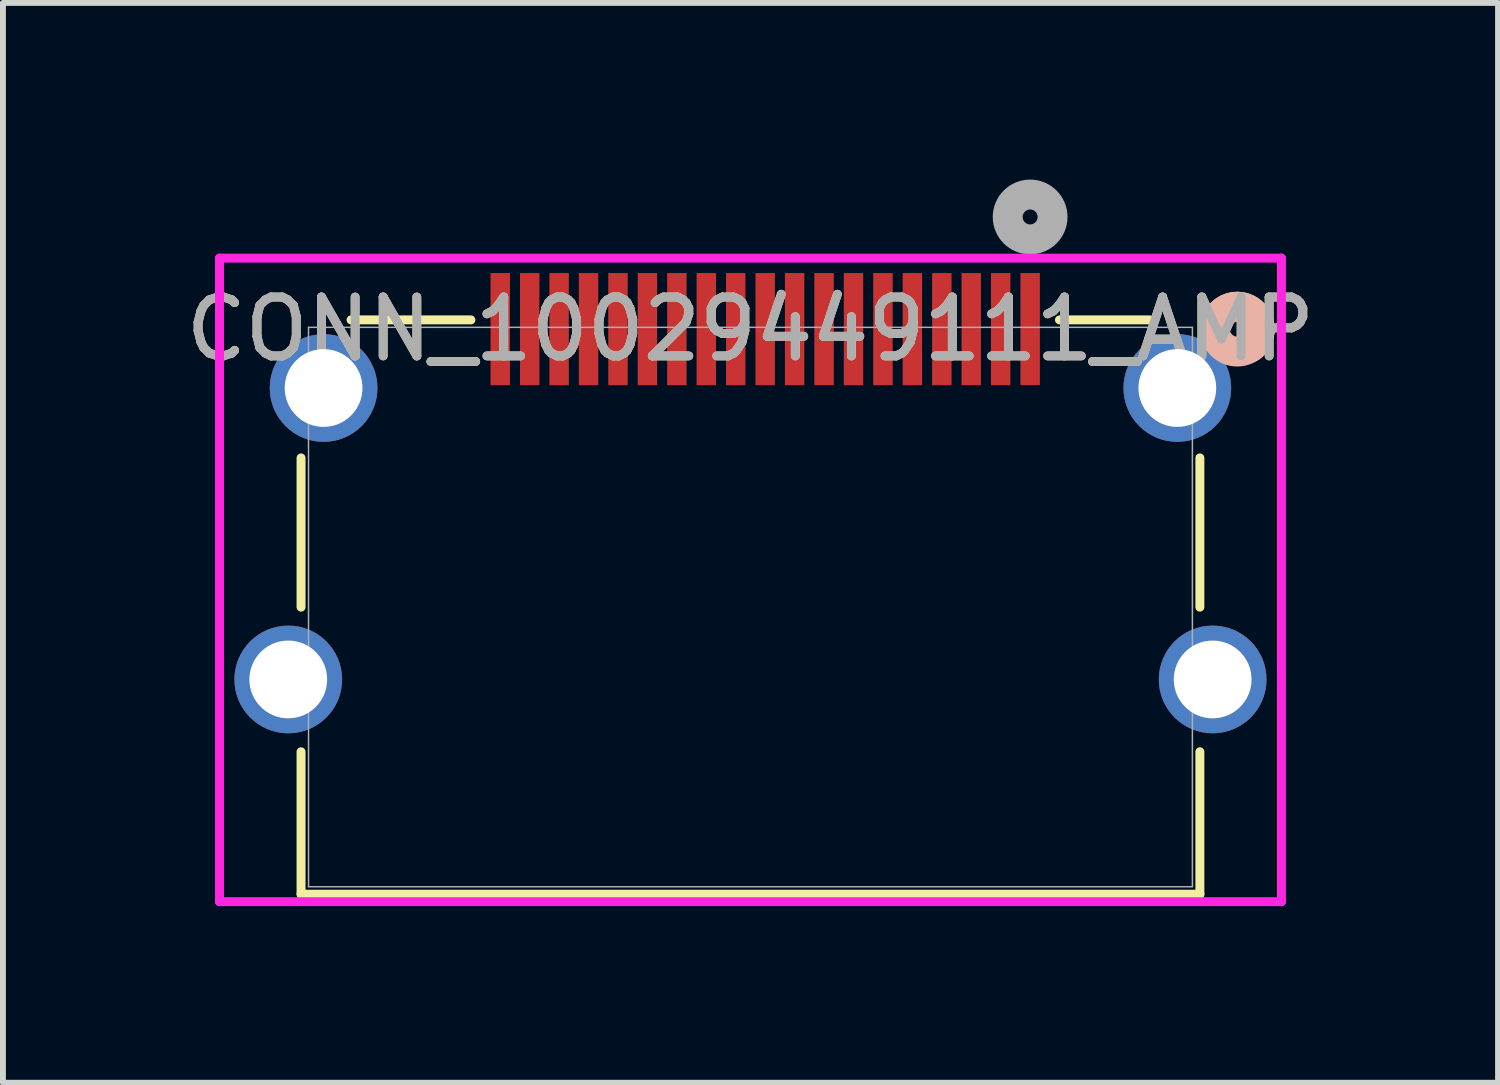
<source format=kicad_pcb>
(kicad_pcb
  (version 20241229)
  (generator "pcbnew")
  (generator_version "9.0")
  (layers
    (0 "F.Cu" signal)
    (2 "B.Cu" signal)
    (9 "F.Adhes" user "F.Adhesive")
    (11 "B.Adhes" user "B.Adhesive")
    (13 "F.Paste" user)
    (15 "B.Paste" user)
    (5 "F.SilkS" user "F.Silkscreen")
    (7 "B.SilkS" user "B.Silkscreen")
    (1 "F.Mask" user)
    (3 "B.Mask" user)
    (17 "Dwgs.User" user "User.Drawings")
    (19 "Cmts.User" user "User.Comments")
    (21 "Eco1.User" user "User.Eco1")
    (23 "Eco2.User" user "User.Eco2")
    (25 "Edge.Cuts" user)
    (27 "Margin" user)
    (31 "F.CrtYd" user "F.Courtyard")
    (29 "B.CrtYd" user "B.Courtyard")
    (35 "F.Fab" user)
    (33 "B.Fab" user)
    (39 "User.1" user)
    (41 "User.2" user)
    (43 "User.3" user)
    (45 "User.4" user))
  (footprint "CONN_10029449111_AMP"
    (layer "F.Cu")
    (at 9.696 7.26)
    (property "Reference" "CONN_10029449111_AMP" (at 0 -4.72 0) (unlocked yes) (layer "F.SilkS") (effects (font (size 1 1) (thickness 0.15))))
    (attr smd)
    (fp_line (start -7.633 -2.533) (end -7.633 0.002) (stroke (width 0.152) (type solid)) (layer "F.SilkS"))
    (fp_line (start -7.633 2.458) (end -7.633 4.877) (stroke (width 0.152) (type solid)) (layer "F.SilkS"))
    (fp_line (start -7.633 4.877) (end 7.633 4.877) (stroke (width 0.152) (type solid)) (layer "F.SilkS"))
    (fp_line (start -4.748 -4.877) (end -6.784 -4.877) (stroke (width 0.152) (type solid)) (layer "F.SilkS"))
    (fp_line (start 6.784 -4.877) (end 5.248 -4.877) (stroke (width 0.152) (type solid)) (layer "F.SilkS"))
    (fp_line (start 7.633 0.002) (end 7.633 -2.533) (stroke (width 0.152) (type solid)) (layer "F.SilkS"))
    (fp_line (start 7.633 4.877) (end 7.633 2.458) (stroke (width 0.152) (type solid)) (layer "F.SilkS"))
    (fp_arc (start 7.965634 -4.952001) (mid 8.390325 -5.080527) (end 8.6487 -4.7198) (stroke (width 0.508) (type solid)) (layer "F.SilkS"))
    (fp_arc (start 8.6487 -4.7198) (mid 8.607992 -4.548445) (end 8.494565 -4.413707) (stroke (width 0.508) (type solid)) (layer "F.SilkS"))
    (fp_circle (center 8.268 -4.72) (end 8.649 -4.72) (stroke (width 0.508) (type solid)) (fill no) (layer "B.SilkS"))
    (fp_line (start -9.018 -5.926) (end -9.018 5.004) (stroke (width 0.152) (type solid)) (layer "F.CrtYd"))
    (fp_line (start -9.018 5.004) (end 9.018 5.004) (stroke (width 0.152) (type solid)) (layer "F.CrtYd"))
    (fp_line (start 9.018 -5.926) (end -9.018 -5.926) (stroke (width 0.152) (type solid)) (layer "F.CrtYd"))
    (fp_line (start 9.018 5.004) (end 9.018 -5.926) (stroke (width 0.152) (type solid)) (layer "F.CrtYd"))
    (fp_line (start -7.506 -4.75) (end -7.506 4.75) (stroke (width 0.025) (type solid)) (layer "F.Fab"))
    (fp_line (start -7.506 4.75) (end 7.506 4.75) (stroke (width 0.025) (type solid)) (layer "F.Fab"))
    (fp_line (start 7.506 -4.75) (end -7.506 -4.75) (stroke (width 0.025) (type solid)) (layer "F.Fab"))
    (fp_line (start 7.506 4.75) (end 7.506 -4.75) (stroke (width 0.025) (type solid)) (layer "F.Fab"))
    (fp_circle (center 4.75 -6.625) (end 5.131 -6.625) (stroke (width 0.508) (type solid)) (fill no) (layer "F.Fab"))
    (fp_text user "${REFERENCE}" (at 0 -4.72 0) (unlocked yes) (layer "F.Fab") (effects (font (size 1 1) (thickness 0.15))))
    (pad "1" smd rect (at 4.75 -4.72) (size 0.33 1.905) (layers "F.Cu" "F.Mask" "F.Paste"))
    (pad "2" smd rect (at 4.25 -4.72) (size 0.33 1.905) (layers "F.Cu" "F.Mask" "F.Paste"))
    (pad "3" smd rect (at 3.75 -4.72) (size 0.33 1.905) (layers "F.Cu" "F.Mask" "F.Paste"))
    (pad "4" smd rect (at 3.25 -4.72) (size 0.33 1.905) (layers "F.Cu" "F.Mask" "F.Paste"))
    (pad "5" smd rect (at 2.75 -4.72) (size 0.33 1.905) (layers "F.Cu" "F.Mask" "F.Paste"))
    (pad "6" smd rect (at 2.25 -4.72) (size 0.33 1.905) (layers "F.Cu" "F.Mask" "F.Paste"))
    (pad "7" smd rect (at 1.75 -4.72) (size 0.33 1.905) (layers "F.Cu" "F.Mask" "F.Paste"))
    (pad "8" smd rect (at 1.25 -4.72) (size 0.33 1.905) (layers "F.Cu" "F.Mask" "F.Paste"))
    (pad "9" smd rect (at 0.75 -4.72) (size 0.33 1.905) (layers "F.Cu" "F.Mask" "F.Paste"))
    (pad "10" smd rect (at 0.25 -4.72) (size 0.33 1.905) (layers "F.Cu" "F.Mask" "F.Paste"))
    (pad "11" smd rect (at -0.25 -4.72) (size 0.33 1.905) (layers "F.Cu" "F.Mask" "F.Paste"))
    (pad "12" smd rect (at -0.75 -4.72) (size 0.33 1.905) (layers "F.Cu" "F.Mask" "F.Paste"))
    (pad "13" smd rect (at -1.25 -4.72) (size 0.33 1.905) (layers "F.Cu" "F.Mask" "F.Paste"))
    (pad "14" smd rect (at -1.75 -4.72) (size 0.33 1.905) (layers "F.Cu" "F.Mask" "F.Paste"))
    (pad "15" smd rect (at -2.25 -4.72) (size 0.33 1.905) (layers "F.Cu" "F.Mask" "F.Paste"))
    (pad "16" smd rect (at -2.75 -4.72) (size 0.33 1.905) (layers "F.Cu" "F.Mask" "F.Paste"))
    (pad "17" smd rect (at -3.25 -4.72) (size 0.33 1.905) (layers "F.Cu" "F.Mask" "F.Paste"))
    (pad "18" smd rect (at -3.75 -4.72) (size 0.33 1.905) (layers "F.Cu" "F.Mask" "F.Paste"))
    (pad "19" smd rect (at -4.25 -4.72) (size 0.33 1.905) (layers "F.Cu" "F.Mask" "F.Paste"))
    (pad "20" thru_hole circle (at -7.25 -3.72) (size 1.829 1.829) (drill 1.321) (layers "*.Cu" "*.Mask"))
    (pad "21" thru_hole circle (at 7.25 -3.72) (size 1.829 1.829) (drill 1.321) (layers "*.Cu" "*.Mask"))
    (pad "22" thru_hole circle (at -7.85 1.23) (size 1.829 1.829) (drill 1.321) (layers "*.Cu" "*.Mask"))
    (pad "23" thru_hole circle (at 7.85 1.23) (size 1.829 1.829) (drill 1.321) (layers "*.Cu" "*.Mask")))
  (gr_rect
    (start -3 -3)
    (end 22.393 15.34)
    (stroke (width 0.1) (type default))
    (fill no)
    (layer "Edge.Cuts")))
</source>
